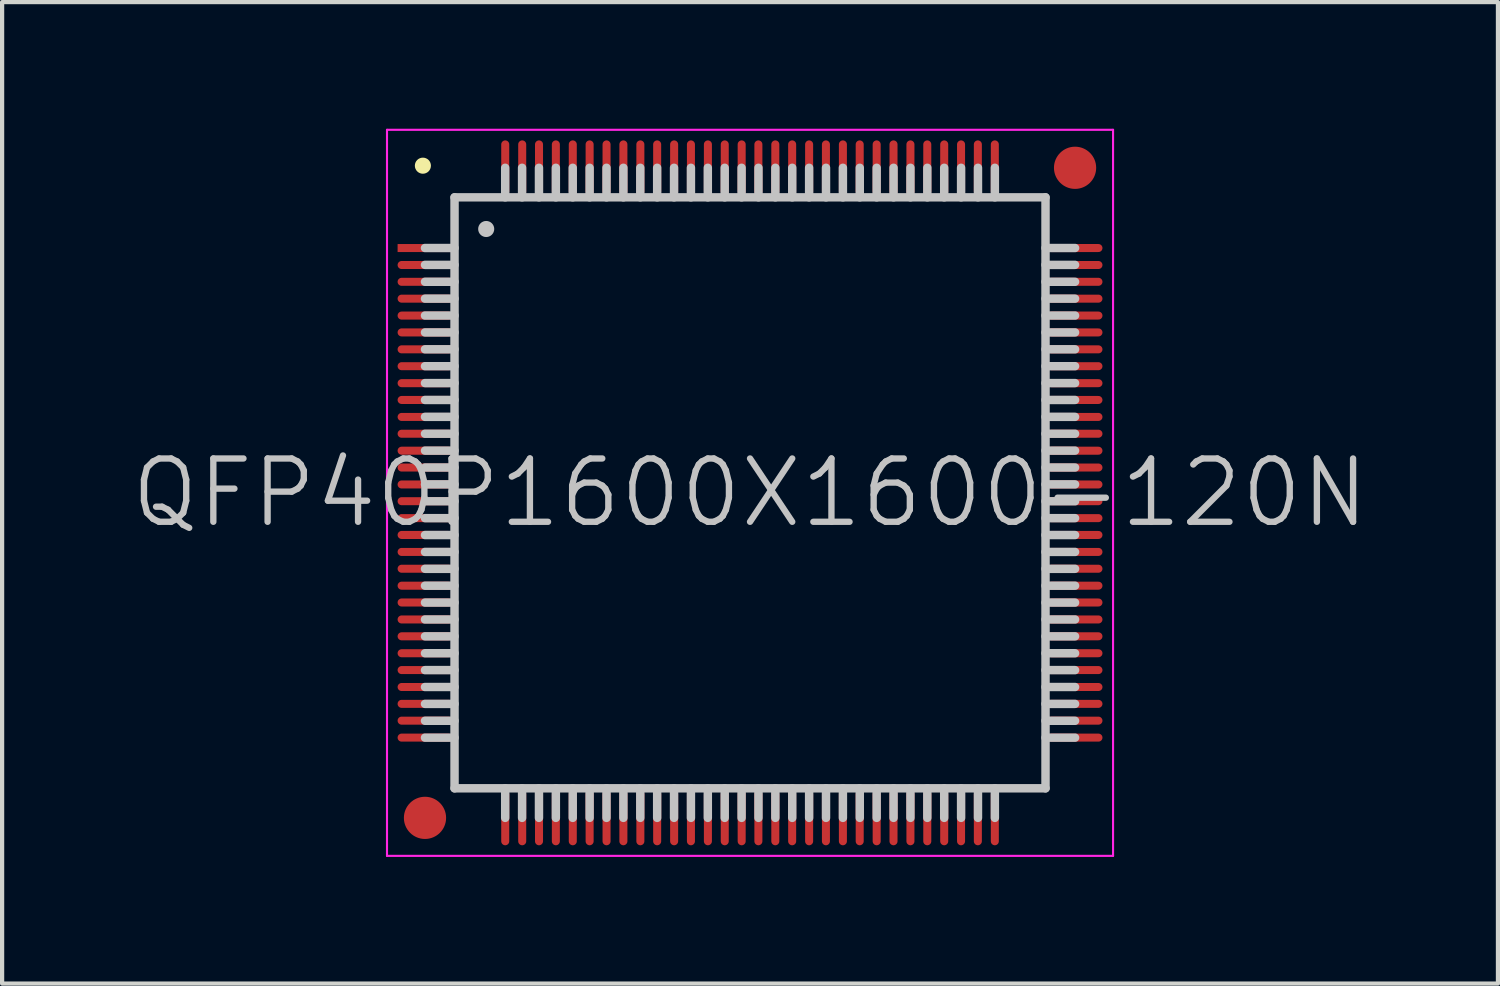
<source format=kicad_pcb>
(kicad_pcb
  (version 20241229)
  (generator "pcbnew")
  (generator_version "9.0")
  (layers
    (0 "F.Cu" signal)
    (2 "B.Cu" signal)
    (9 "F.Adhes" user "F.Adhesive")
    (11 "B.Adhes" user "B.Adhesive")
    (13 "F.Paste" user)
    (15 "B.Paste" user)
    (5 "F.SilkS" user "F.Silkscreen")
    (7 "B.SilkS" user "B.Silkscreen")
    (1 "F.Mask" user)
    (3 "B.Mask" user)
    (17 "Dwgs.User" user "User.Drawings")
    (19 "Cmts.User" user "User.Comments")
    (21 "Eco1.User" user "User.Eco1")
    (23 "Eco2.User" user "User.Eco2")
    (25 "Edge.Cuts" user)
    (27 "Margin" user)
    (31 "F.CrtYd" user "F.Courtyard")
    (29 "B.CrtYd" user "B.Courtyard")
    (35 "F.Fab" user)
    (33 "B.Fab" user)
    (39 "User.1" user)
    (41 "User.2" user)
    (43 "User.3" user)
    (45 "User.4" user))
  (footprint "QFP40P1600X1600-120N"
    (layer "F.Cu")
    (at 14.718 8.625)
    (property "Reference" "QFP40P1600X1600-120N" (at 0 0 0) (layer "Dwgs.User") (effects (font (size 1.5 1.5) (thickness 0.15))))
    (attr smd)
    (fp_line (start -7.75 -7.75) (end -7.75 -7.75) (stroke (width 0.381) (type solid)) (layer "F.SilkS"))
    (fp_line (start -7 -7) (end -7 7) (stroke (width 0.2) (type solid)) (layer "Dwgs.User"))
    (fp_line (start -7 -7) (end 7 -7) (stroke (width 0.2) (type solid)) (layer "Dwgs.User"))
    (fp_line (start -7 -5.8) (end -7.7 -5.8) (stroke (width 0.2) (type solid)) (layer "Dwgs.User"))
    (fp_line (start -7 -5.4) (end -7.7 -5.4) (stroke (width 0.2) (type solid)) (layer "Dwgs.User"))
    (fp_line (start -7 -5) (end -7.7 -5) (stroke (width 0.2) (type solid)) (layer "Dwgs.User"))
    (fp_line (start -7 -4.6) (end -7.7 -4.6) (stroke (width 0.2) (type solid)) (layer "Dwgs.User"))
    (fp_line (start -7 -4.2) (end -7.7 -4.2) (stroke (width 0.2) (type solid)) (layer "Dwgs.User"))
    (fp_line (start -7 -3.8) (end -7.7 -3.8) (stroke (width 0.2) (type solid)) (layer "Dwgs.User"))
    (fp_line (start -7 -3.4) (end -7.7 -3.4) (stroke (width 0.2) (type solid)) (layer "Dwgs.User"))
    (fp_line (start -7 -3) (end -7.7 -3) (stroke (width 0.2) (type solid)) (layer "Dwgs.User"))
    (fp_line (start -7 -2.6) (end -7.7 -2.6) (stroke (width 0.2) (type solid)) (layer "Dwgs.User"))
    (fp_line (start -7 -2.2) (end -7.7 -2.2) (stroke (width 0.2) (type solid)) (layer "Dwgs.User"))
    (fp_line (start -7 -1.8) (end -7.7 -1.8) (stroke (width 0.2) (type solid)) (layer "Dwgs.User"))
    (fp_line (start -7 -1.4) (end -7.7 -1.4) (stroke (width 0.2) (type solid)) (layer "Dwgs.User"))
    (fp_line (start -7 -1) (end -7.7 -1) (stroke (width 0.2) (type solid)) (layer "Dwgs.User"))
    (fp_line (start -7 -0.6) (end -7.7 -0.6) (stroke (width 0.2) (type solid)) (layer "Dwgs.User"))
    (fp_line (start -7 -0.2) (end -7.7 -0.2) (stroke (width 0.2) (type solid)) (layer "Dwgs.User"))
    (fp_line (start -7 0.2) (end -7.7 0.2) (stroke (width 0.2) (type solid)) (layer "Dwgs.User"))
    (fp_line (start -7 0.6) (end -7.7 0.6) (stroke (width 0.2) (type solid)) (layer "Dwgs.User"))
    (fp_line (start -7 1) (end -7.7 1) (stroke (width 0.2) (type solid)) (layer "Dwgs.User"))
    (fp_line (start -7 1.4) (end -7.7 1.4) (stroke (width 0.2) (type solid)) (layer "Dwgs.User"))
    (fp_line (start -7 1.8) (end -7.7 1.8) (stroke (width 0.2) (type solid)) (layer "Dwgs.User"))
    (fp_line (start -7 2.2) (end -7.7 2.2) (stroke (width 0.2) (type solid)) (layer "Dwgs.User"))
    (fp_line (start -7 2.6) (end -7.7 2.6) (stroke (width 0.2) (type solid)) (layer "Dwgs.User"))
    (fp_line (start -7 3) (end -7.7 3) (stroke (width 0.2) (type solid)) (layer "Dwgs.User"))
    (fp_line (start -7 3.4) (end -7.7 3.4) (stroke (width 0.2) (type solid)) (layer "Dwgs.User"))
    (fp_line (start -7 3.8) (end -7.7 3.8) (stroke (width 0.2) (type solid)) (layer "Dwgs.User"))
    (fp_line (start -7 4.2) (end -7.7 4.2) (stroke (width 0.2) (type solid)) (layer "Dwgs.User"))
    (fp_line (start -7 4.6) (end -7.7 4.6) (stroke (width 0.2) (type solid)) (layer "Dwgs.User"))
    (fp_line (start -7 5) (end -7.7 5) (stroke (width 0.2) (type solid)) (layer "Dwgs.User"))
    (fp_line (start -7 5.4) (end -7.7 5.4) (stroke (width 0.2) (type solid)) (layer "Dwgs.User"))
    (fp_line (start -7 5.8) (end -7.7 5.8) (stroke (width 0.2) (type solid)) (layer "Dwgs.User"))
    (fp_line (start -7 7) (end 7 7) (stroke (width 0.2) (type solid)) (layer "Dwgs.User"))
    (fp_line (start -6.25 -6.25) (end -6.25 -6.25) (stroke (width 0.381) (type solid)) (layer "Dwgs.User"))
    (fp_line (start -5.8 -7) (end -5.8 -7.7) (stroke (width 0.2) (type solid)) (layer "Dwgs.User"))
    (fp_line (start -5.8 7.7) (end -5.8 7) (stroke (width 0.2) (type solid)) (layer "Dwgs.User"))
    (fp_line (start -5.4 -7) (end -5.4 -7.7) (stroke (width 0.2) (type solid)) (layer "Dwgs.User"))
    (fp_line (start -5.4 7.7) (end -5.4 7) (stroke (width 0.2) (type solid)) (layer "Dwgs.User"))
    (fp_line (start -5 -7) (end -5 -7.7) (stroke (width 0.2) (type solid)) (layer "Dwgs.User"))
    (fp_line (start -5 7.7) (end -5 7) (stroke (width 0.2) (type solid)) (layer "Dwgs.User"))
    (fp_line (start -4.6 -7) (end -4.6 -7.7) (stroke (width 0.2) (type solid)) (layer "Dwgs.User"))
    (fp_line (start -4.6 7.7) (end -4.6 7) (stroke (width 0.2) (type solid)) (layer "Dwgs.User"))
    (fp_line (start -4.2 -7) (end -4.2 -7.7) (stroke (width 0.2) (type solid)) (layer "Dwgs.User"))
    (fp_line (start -4.2 7.7) (end -4.2 7) (stroke (width 0.2) (type solid)) (layer "Dwgs.User"))
    (fp_line (start -3.8 -7) (end -3.8 -7.7) (stroke (width 0.2) (type solid)) (layer "Dwgs.User"))
    (fp_line (start -3.8 7.7) (end -3.8 7) (stroke (width 0.2) (type solid)) (layer "Dwgs.User"))
    (fp_line (start -3.4 -7) (end -3.4 -7.7) (stroke (width 0.2) (type solid)) (layer "Dwgs.User"))
    (fp_line (start -3.4 7.7) (end -3.4 7) (stroke (width 0.2) (type solid)) (layer "Dwgs.User"))
    (fp_line (start -3 -7) (end -3 -7.7) (stroke (width 0.2) (type solid)) (layer "Dwgs.User"))
    (fp_line (start -3 7.7) (end -3 7) (stroke (width 0.2) (type solid)) (layer "Dwgs.User"))
    (fp_line (start -2.6 -7) (end -2.6 -7.7) (stroke (width 0.2) (type solid)) (layer "Dwgs.User"))
    (fp_line (start -2.6 7.7) (end -2.6 7) (stroke (width 0.2) (type solid)) (layer "Dwgs.User"))
    (fp_line (start -2.2 -7) (end -2.2 -7.7) (stroke (width 0.2) (type solid)) (layer "Dwgs.User"))
    (fp_line (start -2.2 7.7) (end -2.2 7) (stroke (width 0.2) (type solid)) (layer "Dwgs.User"))
    (fp_line (start -1.8 -7) (end -1.8 -7.7) (stroke (width 0.2) (type solid)) (layer "Dwgs.User"))
    (fp_line (start -1.8 7.7) (end -1.8 7) (stroke (width 0.2) (type solid)) (layer "Dwgs.User"))
    (fp_line (start -1.4 -7) (end -1.4 -7.7) (stroke (width 0.2) (type solid)) (layer "Dwgs.User"))
    (fp_line (start -1.4 7.7) (end -1.4 7) (stroke (width 0.2) (type solid)) (layer "Dwgs.User"))
    (fp_line (start -1 -7) (end -1 -7.7) (stroke (width 0.2) (type solid)) (layer "Dwgs.User"))
    (fp_line (start -1 7.7) (end -1 7) (stroke (width 0.2) (type solid)) (layer "Dwgs.User"))
    (fp_line (start -0.6 -7) (end -0.6 -7.7) (stroke (width 0.2) (type solid)) (layer "Dwgs.User"))
    (fp_line (start -0.6 7.7) (end -0.6 7) (stroke (width 0.2) (type solid)) (layer "Dwgs.User"))
    (fp_line (start -0.2 -7) (end -0.2 -7.7) (stroke (width 0.2) (type solid)) (layer "Dwgs.User"))
    (fp_line (start -0.2 7.7) (end -0.2 7) (stroke (width 0.2) (type solid)) (layer "Dwgs.User"))
    (fp_line (start 0.2 -7) (end 0.2 -7.7) (stroke (width 0.2) (type solid)) (layer "Dwgs.User"))
    (fp_line (start 0.2 7.7) (end 0.2 7) (stroke (width 0.2) (type solid)) (layer "Dwgs.User"))
    (fp_line (start 0.6 -7) (end 0.6 -7.7) (stroke (width 0.2) (type solid)) (layer "Dwgs.User"))
    (fp_line (start 0.6 7.7) (end 0.6 7) (stroke (width 0.2) (type solid)) (layer "Dwgs.User"))
    (fp_line (start 1 -7) (end 1 -7.7) (stroke (width 0.2) (type solid)) (layer "Dwgs.User"))
    (fp_line (start 1 7.7) (end 1 7) (stroke (width 0.2) (type solid)) (layer "Dwgs.User"))
    (fp_line (start 1.4 -7) (end 1.4 -7.7) (stroke (width 0.2) (type solid)) (layer "Dwgs.User"))
    (fp_line (start 1.4 7.7) (end 1.4 7) (stroke (width 0.2) (type solid)) (layer "Dwgs.User"))
    (fp_line (start 1.8 -7) (end 1.8 -7.7) (stroke (width 0.2) (type solid)) (layer "Dwgs.User"))
    (fp_line (start 1.8 7.7) (end 1.8 7) (stroke (width 0.2) (type solid)) (layer "Dwgs.User"))
    (fp_line (start 2.2 -7) (end 2.2 -7.7) (stroke (width 0.2) (type solid)) (layer "Dwgs.User"))
    (fp_line (start 2.2 7.7) (end 2.2 7) (stroke (width 0.2) (type solid)) (layer "Dwgs.User"))
    (fp_line (start 2.6 -7) (end 2.6 -7.7) (stroke (width 0.2) (type solid)) (layer "Dwgs.User"))
    (fp_line (start 2.6 7.7) (end 2.6 7) (stroke (width 0.2) (type solid)) (layer "Dwgs.User"))
    (fp_line (start 3 -7) (end 3 -7.7) (stroke (width 0.2) (type solid)) (layer "Dwgs.User"))
    (fp_line (start 3 7.7) (end 3 7) (stroke (width 0.2) (type solid)) (layer "Dwgs.User"))
    (fp_line (start 3.4 -7) (end 3.4 -7.7) (stroke (width 0.2) (type solid)) (layer "Dwgs.User"))
    (fp_line (start 3.4 7.7) (end 3.4 7) (stroke (width 0.2) (type solid)) (layer "Dwgs.User"))
    (fp_line (start 3.8 -7) (end 3.8 -7.7) (stroke (width 0.2) (type solid)) (layer "Dwgs.User"))
    (fp_line (start 3.8 7.7) (end 3.8 7) (stroke (width 0.2) (type solid)) (layer "Dwgs.User"))
    (fp_line (start 4.2 -7) (end 4.2 -7.7) (stroke (width 0.2) (type solid)) (layer "Dwgs.User"))
    (fp_line (start 4.2 7.7) (end 4.2 7) (stroke (width 0.2) (type solid)) (layer "Dwgs.User"))
    (fp_line (start 4.6 -7) (end 4.6 -7.7) (stroke (width 0.2) (type solid)) (layer "Dwgs.User"))
    (fp_line (start 4.6 7.7) (end 4.6 7) (stroke (width 0.2) (type solid)) (layer "Dwgs.User"))
    (fp_line (start 5 -7) (end 5 -7.7) (stroke (width 0.2) (type solid)) (layer "Dwgs.User"))
    (fp_line (start 5 7.7) (end 5 7) (stroke (width 0.2) (type solid)) (layer "Dwgs.User"))
    (fp_line (start 5.4 -7) (end 5.4 -7.7) (stroke (width 0.2) (type solid)) (layer "Dwgs.User"))
    (fp_line (start 5.4 7.7) (end 5.4 7) (stroke (width 0.2) (type solid)) (layer "Dwgs.User"))
    (fp_line (start 5.8 -7) (end 5.8 -7.7) (stroke (width 0.2) (type solid)) (layer "Dwgs.User"))
    (fp_line (start 5.8 7.7) (end 5.8 7) (stroke (width 0.2) (type solid)) (layer "Dwgs.User"))
    (fp_line (start 7 -7) (end 7 7) (stroke (width 0.2) (type solid)) (layer "Dwgs.User"))
    (fp_line (start 7.7 -5.8) (end 7 -5.8) (stroke (width 0.2) (type solid)) (layer "Dwgs.User"))
    (fp_line (start 7.7 -5.4) (end 7 -5.4) (stroke (width 0.2) (type solid)) (layer "Dwgs.User"))
    (fp_line (start 7.7 -5) (end 7 -5) (stroke (width 0.2) (type solid)) (layer "Dwgs.User"))
    (fp_line (start 7.7 -4.6) (end 7 -4.6) (stroke (width 0.2) (type solid)) (layer "Dwgs.User"))
    (fp_line (start 7.7 -4.2) (end 7 -4.2) (stroke (width 0.2) (type solid)) (layer "Dwgs.User"))
    (fp_line (start 7.7 -3.8) (end 7 -3.8) (stroke (width 0.2) (type solid)) (layer "Dwgs.User"))
    (fp_line (start 7.7 -3.4) (end 7 -3.4) (stroke (width 0.2) (type solid)) (layer "Dwgs.User"))
    (fp_line (start 7.7 -3) (end 7 -3) (stroke (width 0.2) (type solid)) (layer "Dwgs.User"))
    (fp_line (start 7.7 -2.6) (end 7 -2.6) (stroke (width 0.2) (type solid)) (layer "Dwgs.User"))
    (fp_line (start 7.7 -2.2) (end 7 -2.2) (stroke (width 0.2) (type solid)) (layer "Dwgs.User"))
    (fp_line (start 7.7 -1.8) (end 7 -1.8) (stroke (width 0.2) (type solid)) (layer "Dwgs.User"))
    (fp_line (start 7.7 -1.4) (end 7 -1.4) (stroke (width 0.2) (type solid)) (layer "Dwgs.User"))
    (fp_line (start 7.7 -1) (end 7 -1) (stroke (width 0.2) (type solid)) (layer "Dwgs.User"))
    (fp_line (start 7.7 -0.6) (end 7 -0.6) (stroke (width 0.2) (type solid)) (layer "Dwgs.User"))
    (fp_line (start 7.7 -0.2) (end 7 -0.2) (stroke (width 0.2) (type solid)) (layer "Dwgs.User"))
    (fp_line (start 7.7 0.2) (end 7 0.2) (stroke (width 0.2) (type solid)) (layer "Dwgs.User"))
    (fp_line (start 7.7 0.6) (end 7 0.6) (stroke (width 0.2) (type solid)) (layer "Dwgs.User"))
    (fp_line (start 7.7 1) (end 7 1) (stroke (width 0.2) (type solid)) (layer "Dwgs.User"))
    (fp_line (start 7.7 1.4) (end 7 1.4) (stroke (width 0.2) (type solid)) (layer "Dwgs.User"))
    (fp_line (start 7.7 1.8) (end 7 1.8) (stroke (width 0.2) (type solid)) (layer "Dwgs.User"))
    (fp_line (start 7.7 2.2) (end 7 2.2) (stroke (width 0.2) (type solid)) (layer "Dwgs.User"))
    (fp_line (start 7.7 2.6) (end 7 2.6) (stroke (width 0.2) (type solid)) (layer "Dwgs.User"))
    (fp_line (start 7.7 3) (end 7 3) (stroke (width 0.2) (type solid)) (layer "Dwgs.User"))
    (fp_line (start 7.7 3.4) (end 7 3.4) (stroke (width 0.2) (type solid)) (layer "Dwgs.User"))
    (fp_line (start 7.7 3.8) (end 7 3.8) (stroke (width 0.2) (type solid)) (layer "Dwgs.User"))
    (fp_line (start 7.7 4.2) (end 7 4.2) (stroke (width 0.2) (type solid)) (layer "Dwgs.User"))
    (fp_line (start 7.7 4.6) (end 7 4.6) (stroke (width 0.2) (type solid)) (layer "Dwgs.User"))
    (fp_line (start 7.7 5) (end 7 5) (stroke (width 0.2) (type solid)) (layer "Dwgs.User"))
    (fp_line (start 7.7 5.4) (end 7 5.4) (stroke (width 0.2) (type solid)) (layer "Dwgs.User"))
    (fp_line (start 7.7 5.8) (end 7 5.8) (stroke (width 0.2) (type solid)) (layer "Dwgs.User"))
    (fp_line (start -8.6 -8.6) (end -8.6 8.6) (stroke (width 0.05) (type solid)) (layer "F.CrtYd"))
    (fp_line (start -8.6 -8.6) (end 8.6 -8.6) (stroke (width 0.05) (type solid)) (layer "F.CrtYd"))
    (fp_line (start -8.6 8.6) (end 8.6 8.6) (stroke (width 0.05) (type solid)) (layer "F.CrtYd"))
    (fp_line (start 8.6 -8.6) (end 8.6 8.6) (stroke (width 0.05) (type solid)) (layer "F.CrtYd"))
    (pad "" smd circle (at -7.7 7.7) (size 1 1) (layers "F.Cu" "F.Mask"))
    (pad "" smd circle (at 7.7 -7.7) (size 1 1) (layers "F.Cu" "F.Mask"))
    (pad "1" smd rect (at -7.699 -5.799 90) (size 0.19 1.3) (layers "F.Cu" "F.Mask" "F.Paste"))
    (pad "2" smd oval (at -7.699 -5.397 90) (size 0.19 1.3) (layers "F.Cu" "F.Mask" "F.Paste"))
    (pad "3" smd oval (at -7.699 -4.999 90) (size 0.19 1.3) (layers "F.Cu" "F.Mask" "F.Paste"))
    (pad "4" smd oval (at -7.699 -4.6 90) (size 0.19 1.3) (layers "F.Cu" "F.Mask" "F.Paste"))
    (pad "5" smd oval (at -7.699 -4.199 90) (size 0.19 1.3) (layers "F.Cu" "F.Mask" "F.Paste"))
    (pad "6" smd oval (at -7.699 -3.8 90) (size 0.19 1.3) (layers "F.Cu" "F.Mask" "F.Paste"))
    (pad "7" smd oval (at -7.699 -3.399 90) (size 0.19 1.3) (layers "F.Cu" "F.Mask" "F.Paste"))
    (pad "8" smd oval (at -7.699 -3 90) (size 0.19 1.3) (layers "F.Cu" "F.Mask" "F.Paste"))
    (pad "9" smd oval (at -7.699 -2.598 90) (size 0.19 1.3) (layers "F.Cu" "F.Mask" "F.Paste"))
    (pad "10" smd oval (at -7.699 -2.2 90) (size 0.19 1.3) (layers "F.Cu" "F.Mask" "F.Paste"))
    (pad "11" smd oval (at -7.699 -1.798 90) (size 0.19 1.3) (layers "F.Cu" "F.Mask" "F.Paste"))
    (pad "12" smd oval (at -7.699 -1.4 90) (size 0.19 1.3) (layers "F.Cu" "F.Mask" "F.Paste"))
    (pad "13" smd oval (at -7.699 -0.998 90) (size 0.19 1.3) (layers "F.Cu" "F.Mask" "F.Paste"))
    (pad "14" smd oval (at -7.699 -0.599 90) (size 0.19 1.3) (layers "F.Cu" "F.Mask" "F.Paste"))
    (pad "15" smd oval (at -7.699 -0.198 90) (size 0.19 1.3) (layers "F.Cu" "F.Mask" "F.Paste"))
    (pad "16" smd oval (at -7.699 0.198 90) (size 0.19 1.3) (layers "F.Cu" "F.Mask" "F.Paste"))
    (pad "17" smd oval (at -7.699 0.599 90) (size 0.19 1.3) (layers "F.Cu" "F.Mask" "F.Paste"))
    (pad "18" smd oval (at -7.699 0.998 90) (size 0.19 1.3) (layers "F.Cu" "F.Mask" "F.Paste"))
    (pad "19" smd oval (at -7.699 1.4 90) (size 0.19 1.3) (layers "F.Cu" "F.Mask" "F.Paste"))
    (pad "20" smd oval (at -7.699 1.798 90) (size 0.19 1.3) (layers "F.Cu" "F.Mask" "F.Paste"))
    (pad "21" smd oval (at -7.699 2.2 90) (size 0.19 1.3) (layers "F.Cu" "F.Mask" "F.Paste"))
    (pad "22" smd oval (at -7.699 2.598 90) (size 0.19 1.3) (layers "F.Cu" "F.Mask" "F.Paste"))
    (pad "23" smd oval (at -7.699 3 90) (size 0.19 1.3) (layers "F.Cu" "F.Mask" "F.Paste"))
    (pad "24" smd oval (at -7.699 3.399 90) (size 0.19 1.3) (layers "F.Cu" "F.Mask" "F.Paste"))
    (pad "25" smd oval (at -7.699 3.8 90) (size 0.19 1.3) (layers "F.Cu" "F.Mask" "F.Paste"))
    (pad "26" smd oval (at -7.699 4.199 90) (size 0.19 1.3) (layers "F.Cu" "F.Mask" "F.Paste"))
    (pad "27" smd oval (at -7.699 4.6 90) (size 0.19 1.3) (layers "F.Cu" "F.Mask" "F.Paste"))
    (pad "28" smd oval (at -7.699 4.999 90) (size 0.19 1.3) (layers "F.Cu" "F.Mask" "F.Paste"))
    (pad "29" smd oval (at -7.699 5.397 90) (size 0.19 1.3) (layers "F.Cu" "F.Mask" "F.Paste"))
    (pad "30" smd oval (at -7.699 5.799 90) (size 0.19 1.3) (layers "F.Cu" "F.Mask" "F.Paste"))
    (pad "31" smd oval (at -5.799 7.699 180) (size 0.19 1.3) (layers "F.Cu" "F.Mask" "F.Paste"))
    (pad "32" smd oval (at -5.397 7.699 180) (size 0.19 1.3) (layers "F.Cu" "F.Mask" "F.Paste"))
    (pad "33" smd oval (at -4.999 7.699 180) (size 0.19 1.3) (layers "F.Cu" "F.Mask" "F.Paste"))
    (pad "34" smd oval (at -4.6 7.699 180) (size 0.19 1.3) (layers "F.Cu" "F.Mask" "F.Paste"))
    (pad "35" smd oval (at -4.199 7.699 180) (size 0.19 1.3) (layers "F.Cu" "F.Mask" "F.Paste"))
    (pad "36" smd oval (at -3.8 7.699 180) (size 0.19 1.3) (layers "F.Cu" "F.Mask" "F.Paste"))
    (pad "37" smd oval (at -3.399 7.699 180) (size 0.19 1.3) (layers "F.Cu" "F.Mask" "F.Paste"))
    (pad "38" smd oval (at -3 7.699 180) (size 0.19 1.3) (layers "F.Cu" "F.Mask" "F.Paste"))
    (pad "39" smd oval (at -2.598 7.699 180) (size 0.19 1.3) (layers "F.Cu" "F.Mask" "F.Paste"))
    (pad "40" smd oval (at -2.2 7.699 180) (size 0.19 1.3) (layers "F.Cu" "F.Mask" "F.Paste"))
    (pad "41" smd oval (at -1.798 7.699 180) (size 0.19 1.3) (layers "F.Cu" "F.Mask" "F.Paste"))
    (pad "42" smd oval (at -1.4 7.699 180) (size 0.19 1.3) (layers "F.Cu" "F.Mask" "F.Paste"))
    (pad "43" smd oval (at -0.998 7.699 180) (size 0.19 1.3) (layers "F.Cu" "F.Mask" "F.Paste"))
    (pad "44" smd oval (at -0.599 7.699 180) (size 0.19 1.3) (layers "F.Cu" "F.Mask" "F.Paste"))
    (pad "45" smd oval (at -0.198 7.699 180) (size 0.19 1.3) (layers "F.Cu" "F.Mask" "F.Paste"))
    (pad "46" smd oval (at 0.198 7.699 180) (size 0.19 1.3) (layers "F.Cu" "F.Mask" "F.Paste"))
    (pad "47" smd oval (at 0.599 7.699 180) (size 0.19 1.3) (layers "F.Cu" "F.Mask" "F.Paste"))
    (pad "48" smd oval (at 0.998 7.699 180) (size 0.19 1.3) (layers "F.Cu" "F.Mask" "F.Paste"))
    (pad "49" smd oval (at 1.4 7.699 180) (size 0.19 1.3) (layers "F.Cu" "F.Mask" "F.Paste"))
    (pad "50" smd oval (at 1.798 7.699 180) (size 0.19 1.3) (layers "F.Cu" "F.Mask" "F.Paste"))
    (pad "51" smd oval (at 2.2 7.699 180) (size 0.19 1.3) (layers "F.Cu" "F.Mask" "F.Paste"))
    (pad "52" smd oval (at 2.598 7.699 180) (size 0.19 1.3) (layers "F.Cu" "F.Mask" "F.Paste"))
    (pad "53" smd oval (at 3 7.699 180) (size 0.19 1.3) (layers "F.Cu" "F.Mask" "F.Paste"))
    (pad "54" smd oval (at 3.399 7.699 180) (size 0.19 1.3) (layers "F.Cu" "F.Mask" "F.Paste"))
    (pad "55" smd oval (at 3.8 7.699 180) (size 0.19 1.3) (layers "F.Cu" "F.Mask" "F.Paste"))
    (pad "56" smd oval (at 4.199 7.699 180) (size 0.19 1.3) (layers "F.Cu" "F.Mask" "F.Paste"))
    (pad "57" smd oval (at 4.6 7.699 180) (size 0.19 1.3) (layers "F.Cu" "F.Mask" "F.Paste"))
    (pad "58" smd oval (at 4.999 7.699 180) (size 0.19 1.3) (layers "F.Cu" "F.Mask" "F.Paste"))
    (pad "59" smd oval (at 5.397 7.699 180) (size 0.19 1.3) (layers "F.Cu" "F.Mask" "F.Paste"))
    (pad "60" smd oval (at 5.799 7.699 180) (size 0.19 1.3) (layers "F.Cu" "F.Mask" "F.Paste"))
    (pad "61" smd oval (at 7.699 5.799 270) (size 0.19 1.3) (layers "F.Cu" "F.Mask" "F.Paste"))
    (pad "62" smd oval (at 7.699 5.397 270) (size 0.19 1.3) (layers "F.Cu" "F.Mask" "F.Paste"))
    (pad "63" smd oval (at 7.699 4.999 270) (size 0.19 1.3) (layers "F.Cu" "F.Mask" "F.Paste"))
    (pad "64" smd oval (at 7.699 4.6 270) (size 0.19 1.3) (layers "F.Cu" "F.Mask" "F.Paste"))
    (pad "65" smd oval (at 7.699 4.199 270) (size 0.19 1.3) (layers "F.Cu" "F.Mask" "F.Paste"))
    (pad "66" smd oval (at 7.699 3.8 270) (size 0.19 1.3) (layers "F.Cu" "F.Mask" "F.Paste"))
    (pad "67" smd oval (at 7.699 3.399 270) (size 0.19 1.3) (layers "F.Cu" "F.Mask" "F.Paste"))
    (pad "68" smd oval (at 7.699 3 270) (size 0.19 1.3) (layers "F.Cu" "F.Mask" "F.Paste"))
    (pad "69" smd oval (at 7.699 2.598 270) (size 0.19 1.3) (layers "F.Cu" "F.Mask" "F.Paste"))
    (pad "70" smd oval (at 7.699 2.2 270) (size 0.19 1.3) (layers "F.Cu" "F.Mask" "F.Paste"))
    (pad "71" smd oval (at 7.699 1.798 270) (size 0.19 1.3) (layers "F.Cu" "F.Mask" "F.Paste"))
    (pad "72" smd oval (at 7.699 1.4 270) (size 0.19 1.3) (layers "F.Cu" "F.Mask" "F.Paste"))
    (pad "73" smd oval (at 7.699 0.998 270) (size 0.19 1.3) (layers "F.Cu" "F.Mask" "F.Paste"))
    (pad "74" smd oval (at 7.699 0.599 270) (size 0.19 1.3) (layers "F.Cu" "F.Mask" "F.Paste"))
    (pad "75" smd oval (at 7.699 0.198 270) (size 0.19 1.3) (layers "F.Cu" "F.Mask" "F.Paste"))
    (pad "76" smd oval (at 7.699 -0.198 270) (size 0.19 1.3) (layers "F.Cu" "F.Mask" "F.Paste"))
    (pad "77" smd oval (at 7.699 -0.599 270) (size 0.19 1.3) (layers "F.Cu" "F.Mask" "F.Paste"))
    (pad "78" smd oval (at 7.699 -0.998 270) (size 0.19 1.3) (layers "F.Cu" "F.Mask" "F.Paste"))
    (pad "79" smd oval (at 7.699 -1.4 270) (size 0.19 1.3) (layers "F.Cu" "F.Mask" "F.Paste"))
    (pad "80" smd oval (at 7.699 -1.798 270) (size 0.19 1.3) (layers "F.Cu" "F.Mask" "F.Paste"))
    (pad "81" smd oval (at 7.699 -2.2 270) (size 0.19 1.3) (layers "F.Cu" "F.Mask" "F.Paste"))
    (pad "82" smd oval (at 7.699 -2.598 270) (size 0.19 1.3) (layers "F.Cu" "F.Mask" "F.Paste"))
    (pad "83" smd oval (at 7.699 -3 270) (size 0.19 1.3) (layers "F.Cu" "F.Mask" "F.Paste"))
    (pad "84" smd oval (at 7.699 -3.399 270) (size 0.19 1.3) (layers "F.Cu" "F.Mask" "F.Paste"))
    (pad "85" smd oval (at 7.699 -3.8 270) (size 0.19 1.3) (layers "F.Cu" "F.Mask" "F.Paste"))
    (pad "86" smd oval (at 7.699 -4.199 270) (size 0.19 1.3) (layers "F.Cu" "F.Mask" "F.Paste"))
    (pad "87" smd oval (at 7.699 -4.6 270) (size 0.19 1.3) (layers "F.Cu" "F.Mask" "F.Paste"))
    (pad "88" smd oval (at 7.699 -4.999 270) (size 0.19 1.3) (layers "F.Cu" "F.Mask" "F.Paste"))
    (pad "89" smd oval (at 7.699 -5.397 270) (size 0.19 1.3) (layers "F.Cu" "F.Mask" "F.Paste"))
    (pad "90" smd oval (at 7.699 -5.799 270) (size 0.19 1.3) (layers "F.Cu" "F.Mask" "F.Paste"))
    (pad "91" smd oval (at 5.799 -7.699) (size 0.19 1.3) (layers "F.Cu" "F.Mask" "F.Paste"))
    (pad "92" smd oval (at 5.397 -7.699) (size 0.19 1.3) (layers "F.Cu" "F.Mask" "F.Paste"))
    (pad "93" smd oval (at 4.999 -7.699) (size 0.19 1.3) (layers "F.Cu" "F.Mask" "F.Paste"))
    (pad "94" smd oval (at 4.6 -7.699) (size 0.19 1.3) (layers "F.Cu" "F.Mask" "F.Paste"))
    (pad "95" smd oval (at 4.199 -7.699) (size 0.19 1.3) (layers "F.Cu" "F.Mask" "F.Paste"))
    (pad "96" smd oval (at 3.8 -7.699) (size 0.19 1.3) (layers "F.Cu" "F.Mask" "F.Paste"))
    (pad "97" smd oval (at 3.399 -7.699) (size 0.19 1.3) (layers "F.Cu" "F.Mask" "F.Paste"))
    (pad "98" smd oval (at 3 -7.699) (size 0.19 1.3) (layers "F.Cu" "F.Mask" "F.Paste"))
    (pad "99" smd oval (at 2.598 -7.699) (size 0.19 1.3) (layers "F.Cu" "F.Mask" "F.Paste"))
    (pad "100" smd oval (at 2.2 -7.699) (size 0.19 1.3) (layers "F.Cu" "F.Mask" "F.Paste"))
    (pad "101" smd oval (at 1.798 -7.699) (size 0.19 1.3) (layers "F.Cu" "F.Mask" "F.Paste"))
    (pad "102" smd oval (at 1.4 -7.699) (size 0.19 1.3) (layers "F.Cu" "F.Mask" "F.Paste"))
    (pad "103" smd oval (at 0.998 -7.699) (size 0.19 1.3) (layers "F.Cu" "F.Mask" "F.Paste"))
    (pad "104" smd oval (at 0.599 -7.699) (size 0.19 1.3) (layers "F.Cu" "F.Mask" "F.Paste"))
    (pad "105" smd oval (at 0.198 -7.699) (size 0.19 1.3) (layers "F.Cu" "F.Mask" "F.Paste"))
    (pad "106" smd oval (at -0.198 -7.699) (size 0.19 1.3) (layers "F.Cu" "F.Mask" "F.Paste"))
    (pad "107" smd oval (at -0.599 -7.699) (size 0.19 1.3) (layers "F.Cu" "F.Mask" "F.Paste"))
    (pad "108" smd oval (at -0.998 -7.699) (size 0.19 1.3) (layers "F.Cu" "F.Mask" "F.Paste"))
    (pad "109" smd oval (at -1.4 -7.699) (size 0.19 1.3) (layers "F.Cu" "F.Mask" "F.Paste"))
    (pad "110" smd oval (at -1.798 -7.699) (size 0.19 1.3) (layers "F.Cu" "F.Mask" "F.Paste"))
    (pad "111" smd oval (at -2.2 -7.699) (size 0.19 1.3) (layers "F.Cu" "F.Mask" "F.Paste"))
    (pad "112" smd oval (at -2.598 -7.699) (size 0.19 1.3) (layers "F.Cu" "F.Mask" "F.Paste"))
    (pad "113" smd oval (at -3 -7.699) (size 0.19 1.3) (layers "F.Cu" "F.Mask" "F.Paste"))
    (pad "114" smd oval (at -3.399 -7.699) (size 0.19 1.3) (layers "F.Cu" "F.Mask" "F.Paste"))
    (pad "115" smd oval (at -3.8 -7.699) (size 0.19 1.3) (layers "F.Cu" "F.Mask" "F.Paste"))
    (pad "116" smd oval (at -4.199 -7.699) (size 0.19 1.3) (layers "F.Cu" "F.Mask" "F.Paste"))
    (pad "117" smd oval (at -4.6 -7.699) (size 0.19 1.3) (layers "F.Cu" "F.Mask" "F.Paste"))
    (pad "118" smd oval (at -4.999 -7.699) (size 0.19 1.3) (layers "F.Cu" "F.Mask" "F.Paste"))
    (pad "119" smd oval (at -5.397 -7.699) (size 0.19 1.3) (layers "F.Cu" "F.Mask" "F.Paste"))
    (pad "120" smd oval (at -5.799 -7.699) (size 0.19 1.3) (layers "F.Cu" "F.Mask" "F.Paste")))
  (gr_rect
    (start -3 -3)
    (end 32.436 20.25)
    (stroke (width 0.1) (type default))
    (fill no)
    (layer "Edge.Cuts")))
</source>
